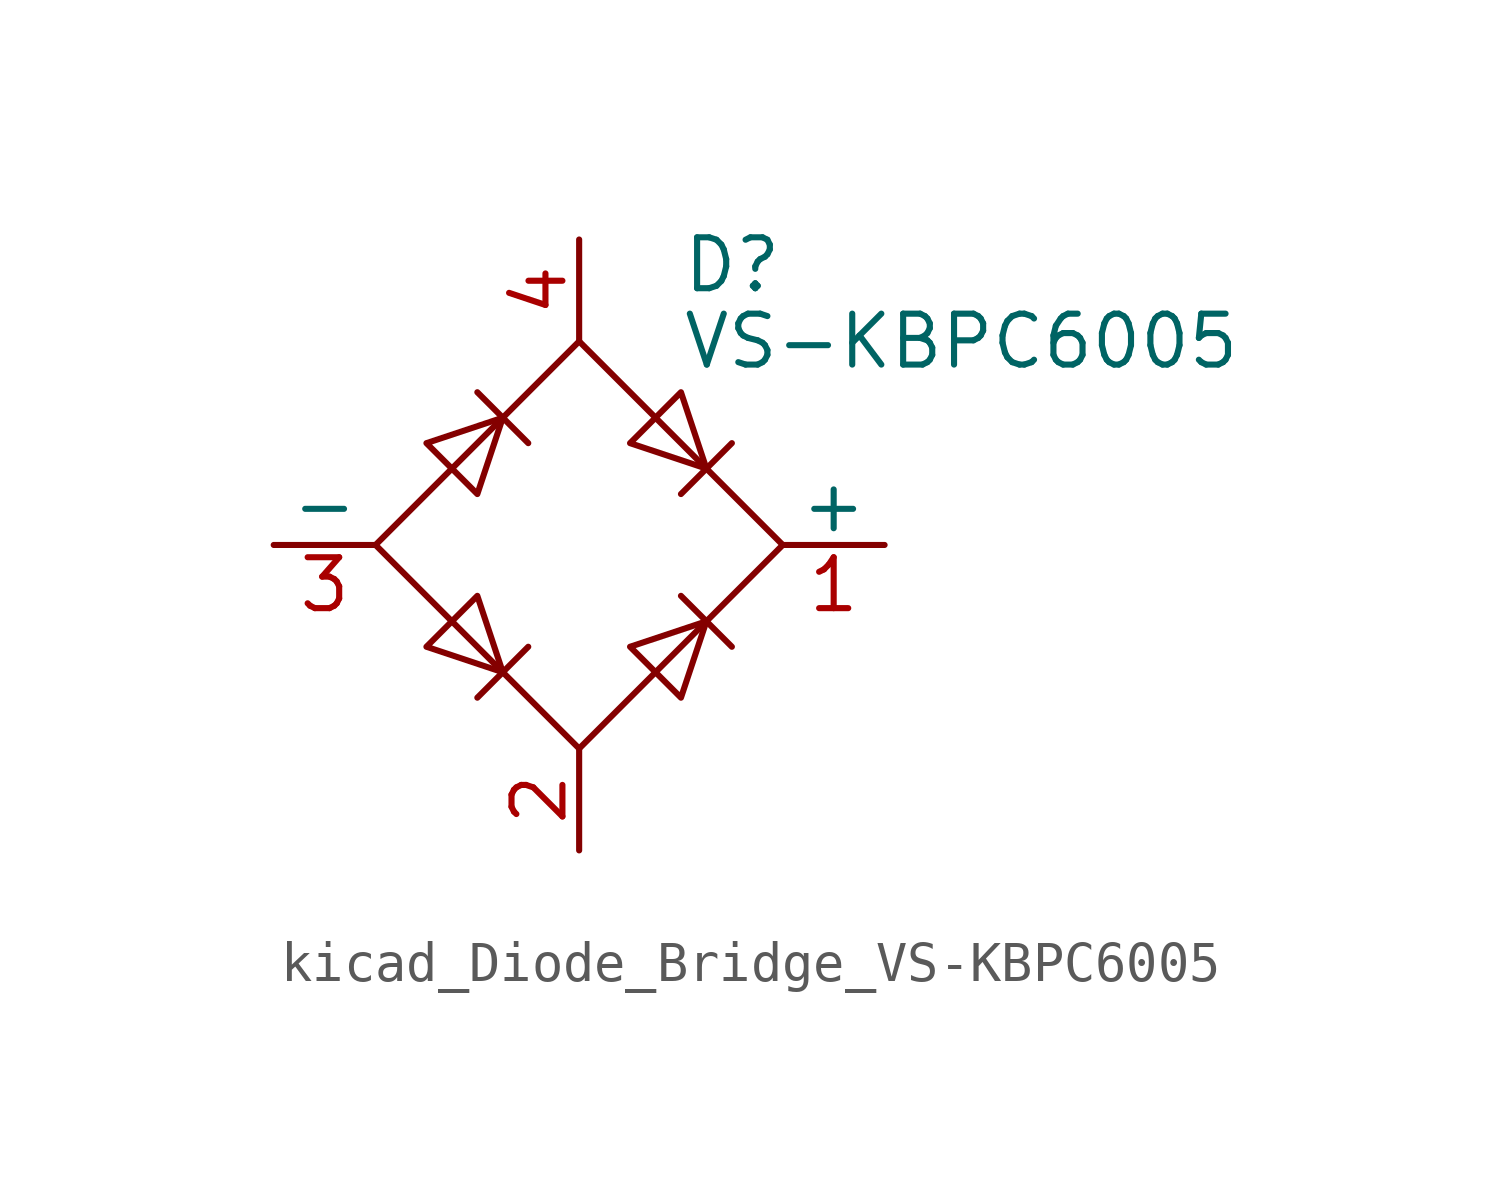
<source format=kicad_sym>
(kicad_symbol_lib
  (version 20220914)
  (generator kicad_symbol_editor)
  (symbol "kicad_Diode_Bridge_VS-KBPC6005"
    (pin_names
      (offset 0))
    (property "Reference" "D"
      (at 2.54 6.985 0)
      (effects (font (size 1.27 1.27)) (justify left)))
    (property "Value" "VS-KBPC6005"
      (at 2.54 5.08 0)
      (effects (font (size 1.27 1.27)) (justify left)))
    (symbol "kicad_Diode_Bridge_VS-KBPC6005_0_1"
      (polyline (pts (xy -2.54 3.81) (xy -1.27 2.54)) (stroke (width 0) (type default)) (fill (type none)))
      (polyline (pts (xy -1.27 -2.54) (xy -2.54 -3.81)) (stroke (width 0) (type default)) (fill (type none)))
      (polyline (pts (xy 2.54 -1.27) (xy 3.81 -2.54)) (stroke (width 0) (type default)) (fill (type none)))
      (polyline (pts (xy 2.54 1.27) (xy 3.81 2.54)) (stroke (width 0) (type default)) (fill (type none)))
      (polyline (pts (xy -3.81 2.54) (xy -2.54 1.27) (xy -1.905 3.175) (xy -3.81 2.54)) (stroke (width 0) (type default)) (fill (type none)))
      (polyline (pts (xy -2.54 -1.27) (xy -3.81 -2.54) (xy -1.905 -3.175) (xy -2.54 -1.27)) (stroke (width 0) (type default)) (fill (type none)))
      (polyline (pts (xy 1.27 2.54) (xy 2.54 3.81) (xy 3.175 1.905) (xy 1.27 2.54)) (stroke (width 0) (type default)) (fill (type none)))
      (polyline (pts (xy 3.175 -1.905) (xy 1.27 -2.54) (xy 2.54 -3.81) (xy 3.175 -1.905)) (stroke (width 0) (type default)) (fill (type none)))
      (polyline (pts (xy -5.08 0) (xy 0 -5.08) (xy 5.08 0) (xy 0 5.08) (xy -5.08 0)) (stroke (width 0) (type default)) (fill (type none))))
    (symbol "kicad_Diode_Bridge_VS-KBPC6005_1_1"
      (pin passive line (at 7.62 0 180) (length 2.54) (name "+" (effects (font (size 1.27 1.27)))) (number "1" (effects (font (size 1.27 1.27)))))
      (pin passive line (at 0 -7.62 90) (length 2.54) (name "~" (effects (font (size 1.27 1.27)))) (number "2" (effects (font (size 1.27 1.27)))))
      (pin passive line (at -7.62 0 0) (length 2.54) (name "-" (effects (font (size 1.27 1.27)))) (number "3" (effects (font (size 1.27 1.27)))))
      (pin passive line (at 0 7.62 270) (length 2.54) (name "~" (effects (font (size 1.27 1.27)))) (number "4" (effects (font (size 1.27 1.27))))))))
</source>
